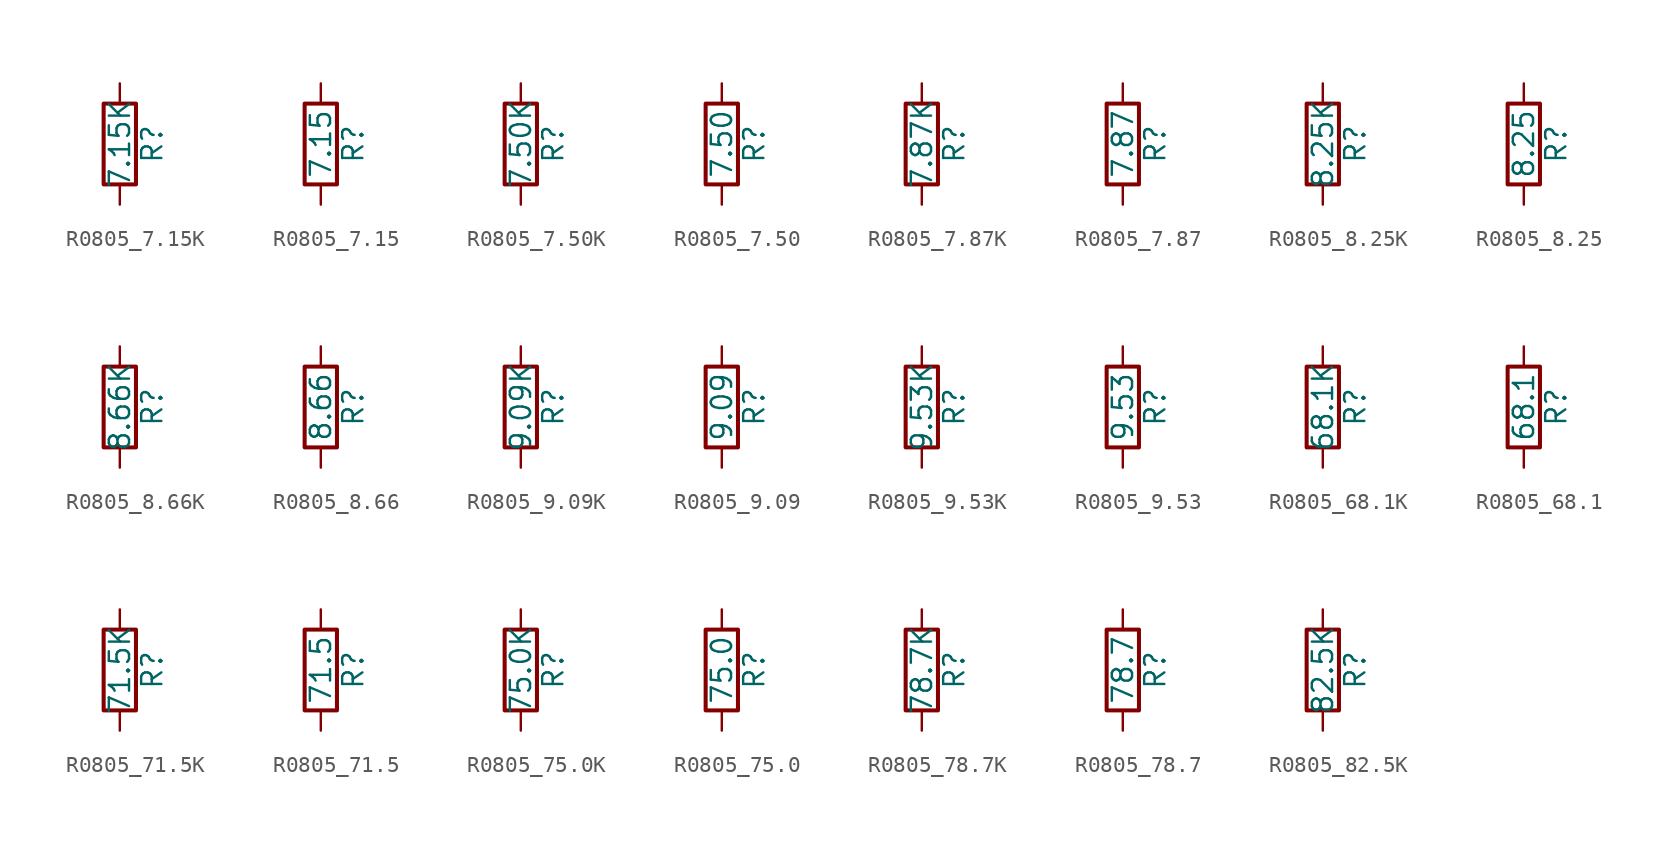
<source format=kicad_sym>
(kicad_symbol_lib
  (version 20211014)
  (generator atlantix-eda)
  (symbol "R0805_7.15K"
    (pin_numbers hide)
    (pin_names
      (offset 0))
    (property "Reference" "R"
      (at 2.032 0 90)
      (effects (font (size 1.27 1.27))))
    (property "Value" "7.15K"
      (at 0 0 90)
      (effects (font (size 1.27 1.27))))
    (symbol "R0805_7.15K_0_1"
      (rectangle (start -1.016 -2.54) (end 1.016 2.54) (stroke (width 0.254) (type default) (color 0 0 0 0)) (fill (type none))))
    (symbol "R0805_7.15K_1_1"
      (pin passive line (at 0 3.81 270) (length 1.27) (name "~" (effects (font (size 1.27 1.27)))) (number "1" (effects (font (size 1.27 1.27)))))
      (pin passive line (at 0 -3.81 90) (length 1.27) (name "~" (effects (font (size 1.27 1.27)))) (number "2" (effects (font (size 1.27 1.27)))))))
  (symbol "R0805_7.15"
    (pin_numbers hide)
    (pin_names
      (offset 0))
    (property "Reference" "R"
      (at 2.032 0 90)
      (effects (font (size 1.27 1.27))))
    (property "Value" "7.15"
      (at 0 0 90)
      (effects (font (size 1.27 1.27))))
    (symbol "R0805_7.15_0_1"
      (rectangle (start -1.016 -2.54) (end 1.016 2.54) (stroke (width 0.254) (type default) (color 0 0 0 0)) (fill (type none))))
    (symbol "R0805_7.15_1_1"
      (pin passive line (at 0 3.81 270) (length 1.27) (name "~" (effects (font (size 1.27 1.27)))) (number "1" (effects (font (size 1.27 1.27)))))
      (pin passive line (at 0 -3.81 90) (length 1.27) (name "~" (effects (font (size 1.27 1.27)))) (number "2" (effects (font (size 1.27 1.27)))))))
  (symbol "R0805_7.50K"
    (pin_numbers hide)
    (pin_names
      (offset 0))
    (property "Reference" "R"
      (at 2.032 0 90)
      (effects (font (size 1.27 1.27))))
    (property "Value" "7.50K"
      (at 0 0 90)
      (effects (font (size 1.27 1.27))))
    (symbol "R0805_7.50K_0_1"
      (rectangle (start -1.016 -2.54) (end 1.016 2.54) (stroke (width 0.254) (type default) (color 0 0 0 0)) (fill (type none))))
    (symbol "R0805_7.50K_1_1"
      (pin passive line (at 0 3.81 270) (length 1.27) (name "~" (effects (font (size 1.27 1.27)))) (number "1" (effects (font (size 1.27 1.27)))))
      (pin passive line (at 0 -3.81 90) (length 1.27) (name "~" (effects (font (size 1.27 1.27)))) (number "2" (effects (font (size 1.27 1.27)))))))
  (symbol "R0805_7.50"
    (pin_numbers hide)
    (pin_names
      (offset 0))
    (property "Reference" "R"
      (at 2.032 0 90)
      (effects (font (size 1.27 1.27))))
    (property "Value" "7.50"
      (at 0 0 90)
      (effects (font (size 1.27 1.27))))
    (symbol "R0805_7.50_0_1"
      (rectangle (start -1.016 -2.54) (end 1.016 2.54) (stroke (width 0.254) (type default) (color 0 0 0 0)) (fill (type none))))
    (symbol "R0805_7.50_1_1"
      (pin passive line (at 0 3.81 270) (length 1.27) (name "~" (effects (font (size 1.27 1.27)))) (number "1" (effects (font (size 1.27 1.27)))))
      (pin passive line (at 0 -3.81 90) (length 1.27) (name "~" (effects (font (size 1.27 1.27)))) (number "2" (effects (font (size 1.27 1.27)))))))
  (symbol "R0805_7.87K"
    (pin_numbers hide)
    (pin_names
      (offset 0))
    (property "Reference" "R"
      (at 2.032 0 90)
      (effects (font (size 1.27 1.27))))
    (property "Value" "7.87K"
      (at 0 0 90)
      (effects (font (size 1.27 1.27))))
    (symbol "R0805_7.87K_0_1"
      (rectangle (start -1.016 -2.54) (end 1.016 2.54) (stroke (width 0.254) (type default) (color 0 0 0 0)) (fill (type none))))
    (symbol "R0805_7.87K_1_1"
      (pin passive line (at 0 3.81 270) (length 1.27) (name "~" (effects (font (size 1.27 1.27)))) (number "1" (effects (font (size 1.27 1.27)))))
      (pin passive line (at 0 -3.81 90) (length 1.27) (name "~" (effects (font (size 1.27 1.27)))) (number "2" (effects (font (size 1.27 1.27)))))))
  (symbol "R0805_7.87"
    (pin_numbers hide)
    (pin_names
      (offset 0))
    (property "Reference" "R"
      (at 2.032 0 90)
      (effects (font (size 1.27 1.27))))
    (property "Value" "7.87"
      (at 0 0 90)
      (effects (font (size 1.27 1.27))))
    (symbol "R0805_7.87_0_1"
      (rectangle (start -1.016 -2.54) (end 1.016 2.54) (stroke (width 0.254) (type default) (color 0 0 0 0)) (fill (type none))))
    (symbol "R0805_7.87_1_1"
      (pin passive line (at 0 3.81 270) (length 1.27) (name "~" (effects (font (size 1.27 1.27)))) (number "1" (effects (font (size 1.27 1.27)))))
      (pin passive line (at 0 -3.81 90) (length 1.27) (name "~" (effects (font (size 1.27 1.27)))) (number "2" (effects (font (size 1.27 1.27)))))))
  (symbol "R0805_8.25K"
    (pin_numbers hide)
    (pin_names
      (offset 0))
    (property "Reference" "R"
      (at 2.032 0 90)
      (effects (font (size 1.27 1.27))))
    (property "Value" "8.25K"
      (at 0 0 90)
      (effects (font (size 1.27 1.27))))
    (symbol "R0805_8.25K_0_1"
      (rectangle (start -1.016 -2.54) (end 1.016 2.54) (stroke (width 0.254) (type default) (color 0 0 0 0)) (fill (type none))))
    (symbol "R0805_8.25K_1_1"
      (pin passive line (at 0 3.81 270) (length 1.27) (name "~" (effects (font (size 1.27 1.27)))) (number "1" (effects (font (size 1.27 1.27)))))
      (pin passive line (at 0 -3.81 90) (length 1.27) (name "~" (effects (font (size 1.27 1.27)))) (number "2" (effects (font (size 1.27 1.27)))))))
  (symbol "R0805_8.25"
    (pin_numbers hide)
    (pin_names
      (offset 0))
    (property "Reference" "R"
      (at 2.032 0 90)
      (effects (font (size 1.27 1.27))))
    (property "Value" "8.25"
      (at 0 0 90)
      (effects (font (size 1.27 1.27))))
    (symbol "R0805_8.25_0_1"
      (rectangle (start -1.016 -2.54) (end 1.016 2.54) (stroke (width 0.254) (type default) (color 0 0 0 0)) (fill (type none))))
    (symbol "R0805_8.25_1_1"
      (pin passive line (at 0 3.81 270) (length 1.27) (name "~" (effects (font (size 1.27 1.27)))) (number "1" (effects (font (size 1.27 1.27)))))
      (pin passive line (at 0 -3.81 90) (length 1.27) (name "~" (effects (font (size 1.27 1.27)))) (number "2" (effects (font (size 1.27 1.27)))))))
  (symbol "R0805_8.66K"
    (pin_numbers hide)
    (pin_names
      (offset 0))
    (property "Reference" "R"
      (at 2.032 0 90)
      (effects (font (size 1.27 1.27))))
    (property "Value" "8.66K"
      (at 0 0 90)
      (effects (font (size 1.27 1.27))))
    (symbol "R0805_8.66K_0_1"
      (rectangle (start -1.016 -2.54) (end 1.016 2.54) (stroke (width 0.254) (type default) (color 0 0 0 0)) (fill (type none))))
    (symbol "R0805_8.66K_1_1"
      (pin passive line (at 0 3.81 270) (length 1.27) (name "~" (effects (font (size 1.27 1.27)))) (number "1" (effects (font (size 1.27 1.27)))))
      (pin passive line (at 0 -3.81 90) (length 1.27) (name "~" (effects (font (size 1.27 1.27)))) (number "2" (effects (font (size 1.27 1.27)))))))
  (symbol "R0805_8.66"
    (pin_numbers hide)
    (pin_names
      (offset 0))
    (property "Reference" "R"
      (at 2.032 0 90)
      (effects (font (size 1.27 1.27))))
    (property "Value" "8.66"
      (at 0 0 90)
      (effects (font (size 1.27 1.27))))
    (symbol "R0805_8.66_0_1"
      (rectangle (start -1.016 -2.54) (end 1.016 2.54) (stroke (width 0.254) (type default) (color 0 0 0 0)) (fill (type none))))
    (symbol "R0805_8.66_1_1"
      (pin passive line (at 0 3.81 270) (length 1.27) (name "~" (effects (font (size 1.27 1.27)))) (number "1" (effects (font (size 1.27 1.27)))))
      (pin passive line (at 0 -3.81 90) (length 1.27) (name "~" (effects (font (size 1.27 1.27)))) (number "2" (effects (font (size 1.27 1.27)))))))
  (symbol "R0805_9.09K"
    (pin_numbers hide)
    (pin_names
      (offset 0))
    (property "Reference" "R"
      (at 2.032 0 90)
      (effects (font (size 1.27 1.27))))
    (property "Value" "9.09K"
      (at 0 0 90)
      (effects (font (size 1.27 1.27))))
    (symbol "R0805_9.09K_0_1"
      (rectangle (start -1.016 -2.54) (end 1.016 2.54) (stroke (width 0.254) (type default) (color 0 0 0 0)) (fill (type none))))
    (symbol "R0805_9.09K_1_1"
      (pin passive line (at 0 3.81 270) (length 1.27) (name "~" (effects (font (size 1.27 1.27)))) (number "1" (effects (font (size 1.27 1.27)))))
      (pin passive line (at 0 -3.81 90) (length 1.27) (name "~" (effects (font (size 1.27 1.27)))) (number "2" (effects (font (size 1.27 1.27)))))))
  (symbol "R0805_9.09"
    (pin_numbers hide)
    (pin_names
      (offset 0))
    (property "Reference" "R"
      (at 2.032 0 90)
      (effects (font (size 1.27 1.27))))
    (property "Value" "9.09"
      (at 0 0 90)
      (effects (font (size 1.27 1.27))))
    (symbol "R0805_9.09_0_1"
      (rectangle (start -1.016 -2.54) (end 1.016 2.54) (stroke (width 0.254) (type default) (color 0 0 0 0)) (fill (type none))))
    (symbol "R0805_9.09_1_1"
      (pin passive line (at 0 3.81 270) (length 1.27) (name "~" (effects (font (size 1.27 1.27)))) (number "1" (effects (font (size 1.27 1.27)))))
      (pin passive line (at 0 -3.81 90) (length 1.27) (name "~" (effects (font (size 1.27 1.27)))) (number "2" (effects (font (size 1.27 1.27)))))))
  (symbol "R0805_9.53K"
    (pin_numbers hide)
    (pin_names
      (offset 0))
    (property "Reference" "R"
      (at 2.032 0 90)
      (effects (font (size 1.27 1.27))))
    (property "Value" "9.53K"
      (at 0 0 90)
      (effects (font (size 1.27 1.27))))
    (symbol "R0805_9.53K_0_1"
      (rectangle (start -1.016 -2.54) (end 1.016 2.54) (stroke (width 0.254) (type default) (color 0 0 0 0)) (fill (type none))))
    (symbol "R0805_9.53K_1_1"
      (pin passive line (at 0 3.81 270) (length 1.27) (name "~" (effects (font (size 1.27 1.27)))) (number "1" (effects (font (size 1.27 1.27)))))
      (pin passive line (at 0 -3.81 90) (length 1.27) (name "~" (effects (font (size 1.27 1.27)))) (number "2" (effects (font (size 1.27 1.27)))))))
  (symbol "R0805_9.53"
    (pin_numbers hide)
    (pin_names
      (offset 0))
    (property "Reference" "R"
      (at 2.032 0 90)
      (effects (font (size 1.27 1.27))))
    (property "Value" "9.53"
      (at 0 0 90)
      (effects (font (size 1.27 1.27))))
    (symbol "R0805_9.53_0_1"
      (rectangle (start -1.016 -2.54) (end 1.016 2.54) (stroke (width 0.254) (type default) (color 0 0 0 0)) (fill (type none))))
    (symbol "R0805_9.53_1_1"
      (pin passive line (at 0 3.81 270) (length 1.27) (name "~" (effects (font (size 1.27 1.27)))) (number "1" (effects (font (size 1.27 1.27)))))
      (pin passive line (at 0 -3.81 90) (length 1.27) (name "~" (effects (font (size 1.27 1.27)))) (number "2" (effects (font (size 1.27 1.27)))))))
  (symbol "R0805_68.1K"
    (pin_numbers hide)
    (pin_names
      (offset 0))
    (property "Reference" "R"
      (at 2.032 0 90)
      (effects (font (size 1.27 1.27))))
    (property "Value" "68.1K"
      (at 0 0 90)
      (effects (font (size 1.27 1.27))))
    (symbol "R0805_68.1K_0_1"
      (rectangle (start -1.016 -2.54) (end 1.016 2.54) (stroke (width 0.254) (type default) (color 0 0 0 0)) (fill (type none))))
    (symbol "R0805_68.1K_1_1"
      (pin passive line (at 0 3.81 270) (length 1.27) (name "~" (effects (font (size 1.27 1.27)))) (number "1" (effects (font (size 1.27 1.27)))))
      (pin passive line (at 0 -3.81 90) (length 1.27) (name "~" (effects (font (size 1.27 1.27)))) (number "2" (effects (font (size 1.27 1.27)))))))
  (symbol "R0805_68.1"
    (pin_numbers hide)
    (pin_names
      (offset 0))
    (property "Reference" "R"
      (at 2.032 0 90)
      (effects (font (size 1.27 1.27))))
    (property "Value" "68.1"
      (at 0 0 90)
      (effects (font (size 1.27 1.27))))
    (symbol "R0805_68.1_0_1"
      (rectangle (start -1.016 -2.54) (end 1.016 2.54) (stroke (width 0.254) (type default) (color 0 0 0 0)) (fill (type none))))
    (symbol "R0805_68.1_1_1"
      (pin passive line (at 0 3.81 270) (length 1.27) (name "~" (effects (font (size 1.27 1.27)))) (number "1" (effects (font (size 1.27 1.27)))))
      (pin passive line (at 0 -3.81 90) (length 1.27) (name "~" (effects (font (size 1.27 1.27)))) (number "2" (effects (font (size 1.27 1.27)))))))
  (symbol "R0805_71.5K"
    (pin_numbers hide)
    (pin_names
      (offset 0))
    (property "Reference" "R"
      (at 2.032 0 90)
      (effects (font (size 1.27 1.27))))
    (property "Value" "71.5K"
      (at 0 0 90)
      (effects (font (size 1.27 1.27))))
    (symbol "R0805_71.5K_0_1"
      (rectangle (start -1.016 -2.54) (end 1.016 2.54) (stroke (width 0.254) (type default) (color 0 0 0 0)) (fill (type none))))
    (symbol "R0805_71.5K_1_1"
      (pin passive line (at 0 3.81 270) (length 1.27) (name "~" (effects (font (size 1.27 1.27)))) (number "1" (effects (font (size 1.27 1.27)))))
      (pin passive line (at 0 -3.81 90) (length 1.27) (name "~" (effects (font (size 1.27 1.27)))) (number "2" (effects (font (size 1.27 1.27)))))))
  (symbol "R0805_71.5"
    (pin_numbers hide)
    (pin_names
      (offset 0))
    (property "Reference" "R"
      (at 2.032 0 90)
      (effects (font (size 1.27 1.27))))
    (property "Value" "71.5"
      (at 0 0 90)
      (effects (font (size 1.27 1.27))))
    (symbol "R0805_71.5_0_1"
      (rectangle (start -1.016 -2.54) (end 1.016 2.54) (stroke (width 0.254) (type default) (color 0 0 0 0)) (fill (type none))))
    (symbol "R0805_71.5_1_1"
      (pin passive line (at 0 3.81 270) (length 1.27) (name "~" (effects (font (size 1.27 1.27)))) (number "1" (effects (font (size 1.27 1.27)))))
      (pin passive line (at 0 -3.81 90) (length 1.27) (name "~" (effects (font (size 1.27 1.27)))) (number "2" (effects (font (size 1.27 1.27)))))))
  (symbol "R0805_75.0K"
    (pin_numbers hide)
    (pin_names
      (offset 0))
    (property "Reference" "R"
      (at 2.032 0 90)
      (effects (font (size 1.27 1.27))))
    (property "Value" "75.0K"
      (at 0 0 90)
      (effects (font (size 1.27 1.27))))
    (symbol "R0805_75.0K_0_1"
      (rectangle (start -1.016 -2.54) (end 1.016 2.54) (stroke (width 0.254) (type default) (color 0 0 0 0)) (fill (type none))))
    (symbol "R0805_75.0K_1_1"
      (pin passive line (at 0 3.81 270) (length 1.27) (name "~" (effects (font (size 1.27 1.27)))) (number "1" (effects (font (size 1.27 1.27)))))
      (pin passive line (at 0 -3.81 90) (length 1.27) (name "~" (effects (font (size 1.27 1.27)))) (number "2" (effects (font (size 1.27 1.27)))))))
  (symbol "R0805_75.0"
    (pin_numbers hide)
    (pin_names
      (offset 0))
    (property "Reference" "R"
      (at 2.032 0 90)
      (effects (font (size 1.27 1.27))))
    (property "Value" "75.0"
      (at 0 0 90)
      (effects (font (size 1.27 1.27))))
    (symbol "R0805_75.0_0_1"
      (rectangle (start -1.016 -2.54) (end 1.016 2.54) (stroke (width 0.254) (type default) (color 0 0 0 0)) (fill (type none))))
    (symbol "R0805_75.0_1_1"
      (pin passive line (at 0 3.81 270) (length 1.27) (name "~" (effects (font (size 1.27 1.27)))) (number "1" (effects (font (size 1.27 1.27)))))
      (pin passive line (at 0 -3.81 90) (length 1.27) (name "~" (effects (font (size 1.27 1.27)))) (number "2" (effects (font (size 1.27 1.27)))))))
  (symbol "R0805_78.7K"
    (pin_numbers hide)
    (pin_names
      (offset 0))
    (property "Reference" "R"
      (at 2.032 0 90)
      (effects (font (size 1.27 1.27))))
    (property "Value" "78.7K"
      (at 0 0 90)
      (effects (font (size 1.27 1.27))))
    (symbol "R0805_78.7K_0_1"
      (rectangle (start -1.016 -2.54) (end 1.016 2.54) (stroke (width 0.254) (type default) (color 0 0 0 0)) (fill (type none))))
    (symbol "R0805_78.7K_1_1"
      (pin passive line (at 0 3.81 270) (length 1.27) (name "~" (effects (font (size 1.27 1.27)))) (number "1" (effects (font (size 1.27 1.27)))))
      (pin passive line (at 0 -3.81 90) (length 1.27) (name "~" (effects (font (size 1.27 1.27)))) (number "2" (effects (font (size 1.27 1.27)))))))
  (symbol "R0805_78.7"
    (pin_numbers hide)
    (pin_names
      (offset 0))
    (property "Reference" "R"
      (at 2.032 0 90)
      (effects (font (size 1.27 1.27))))
    (property "Value" "78.7"
      (at 0 0 90)
      (effects (font (size 1.27 1.27))))
    (symbol "R0805_78.7_0_1"
      (rectangle (start -1.016 -2.54) (end 1.016 2.54) (stroke (width 0.254) (type default) (color 0 0 0 0)) (fill (type none))))
    (symbol "R0805_78.7_1_1"
      (pin passive line (at 0 3.81 270) (length 1.27) (name "~" (effects (font (size 1.27 1.27)))) (number "1" (effects (font (size 1.27 1.27)))))
      (pin passive line (at 0 -3.81 90) (length 1.27) (name "~" (effects (font (size 1.27 1.27)))) (number "2" (effects (font (size 1.27 1.27)))))))
  (symbol "R0805_82.5K"
    (pin_numbers hide)
    (pin_names
      (offset 0))
    (property "Reference" "R"
      (at 2.032 0 90)
      (effects (font (size 1.27 1.27))))
    (property "Value" "82.5K"
      (at 0 0 90)
      (effects (font (size 1.27 1.27))))
    (symbol "R0805_82.5K_0_1"
      (rectangle (start -1.016 -2.54) (end 1.016 2.54) (stroke (width 0.254) (type default) (color 0 0 0 0)) (fill (type none))))
    (symbol "R0805_82.5K_1_1"
      (pin passive line (at 0 3.81 270) (length 1.27) (name "~" (effects (font (size 1.27 1.27)))) (number "1" (effects (font (size 1.27 1.27)))))
      (pin passive line (at 0 -3.81 90) (length 1.27) (name "~" (effects (font (size 1.27 1.27)))) (number "2" (effects (font (size 1.27 1.27))))))))
</source>
